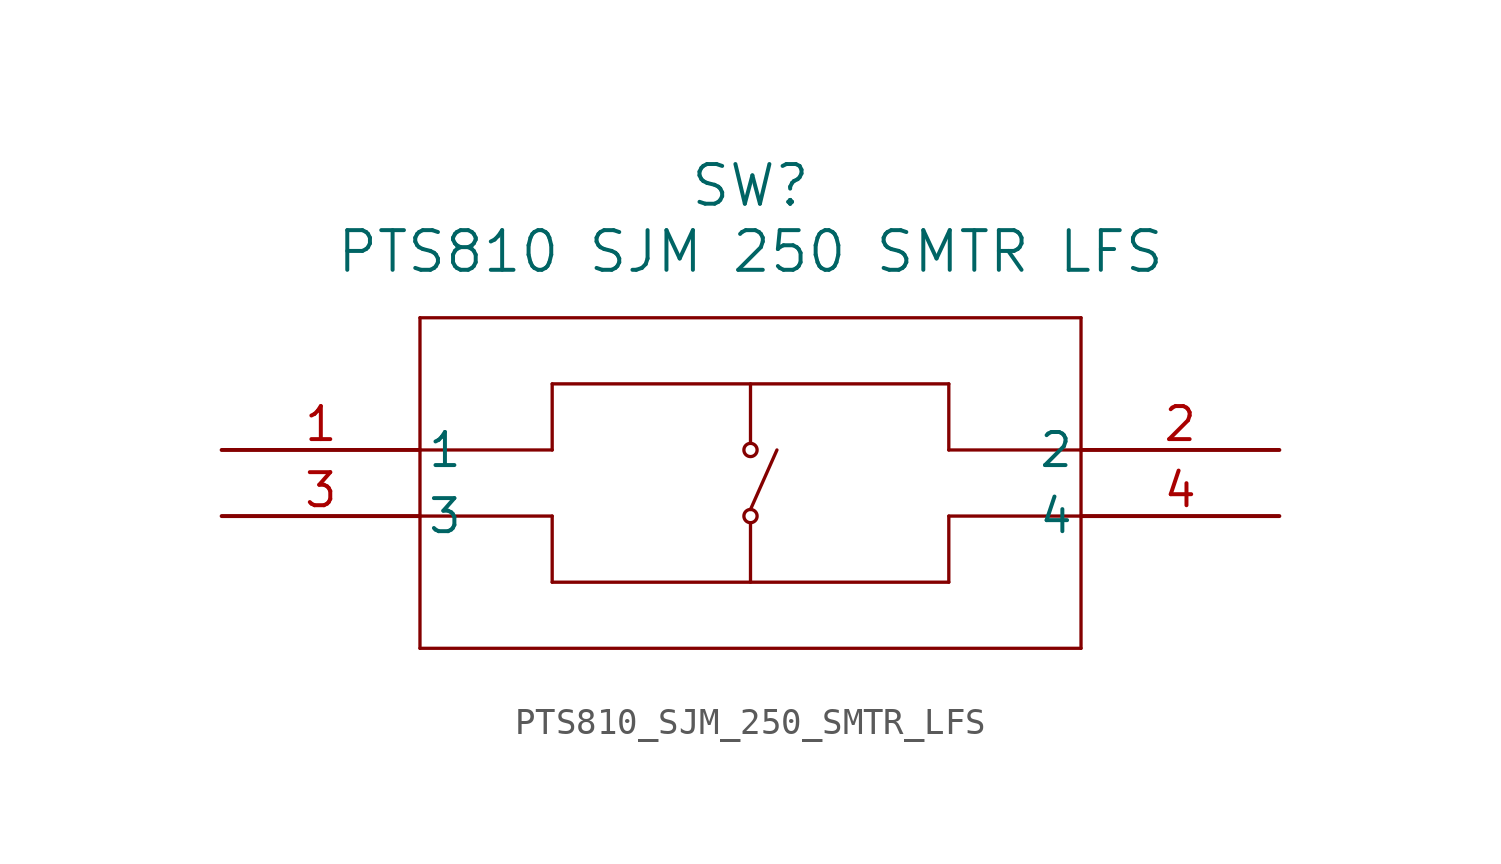
<source format=kicad_sym>
(kicad_symbol_lib
  (version 20211014)
  (generator kicad_symbol_editor)
  (symbol "PTS810_SJM_250_SMTR_LFS"
    (pin_names
      (offset 0.254))
    (property "Reference" "SW"
      (at 20.32 10.16 0)
      (effects (font (size 1.524 1.524))))
    (property "Value" "PTS810 SJM 250 SMTR LFS"
      (at 20.32 7.62 0)
      (effects (font (size 1.524 1.524))))
    (symbol "PTS810_SJM_250_SMTR_LFS_0_1"
      (polyline (pts (xy 7.62 5.08) (xy 7.62 -7.62)) (stroke (width 0.127) (type default) (color 0 0 0 0)) (fill (type none)))
      (polyline (pts (xy 7.62 -7.62) (xy 33.02 -7.62)) (stroke (width 0.127) (type default) (color 0 0 0 0)) (fill (type none)))
      (polyline (pts (xy 33.02 -7.62) (xy 33.02 5.08)) (stroke (width 0.127) (type default) (color 0 0 0 0)) (fill (type none)))
      (polyline (pts (xy 33.02 5.08) (xy 7.62 5.08)) (stroke (width 0.127) (type default) (color 0 0 0 0)) (fill (type none)))
      (polyline (pts (xy 7.62 0) (xy 12.7 0)) (stroke (width 0.127) (type default) (color 0 0 0 0)) (fill (type none)))
      (polyline (pts (xy 12.7 0) (xy 12.7 2.54)) (stroke (width 0.127) (type default) (color 0 0 0 0)) (fill (type none)))
      (polyline (pts (xy 12.7 2.54) (xy 27.94 2.54)) (stroke (width 0.127) (type default) (color 0 0 0 0)) (fill (type none)))
      (polyline (pts (xy 27.94 2.54) (xy 27.94 0)) (stroke (width 0.127) (type default) (color 0 0 0 0)) (fill (type none)))
      (polyline (pts (xy 27.94 0) (xy 33.02 0)) (stroke (width 0.127) (type default) (color 0 0 0 0)) (fill (type none)))
      (polyline (pts (xy 33.02 -2.54) (xy 27.94 -2.54)) (stroke (width 0.127) (type default) (color 0 0 0 0)) (fill (type none)))
      (polyline (pts (xy 27.94 -2.54) (xy 27.94 -5.08)) (stroke (width 0.127) (type default) (color 0 0 0 0)) (fill (type none)))
      (polyline (pts (xy 27.94 -5.08) (xy 12.7 -5.08)) (stroke (width 0.127) (type default) (color 0 0 0 0)) (fill (type none)))
      (polyline (pts (xy 12.7 -5.08) (xy 12.7 -2.54)) (stroke (width 0.127) (type default) (color 0 0 0 0)) (fill (type none)))
      (polyline (pts (xy 12.7 -2.54) (xy 7.62 -2.54)) (stroke (width 0.127) (type default) (color 0 0 0 0)) (fill (type none)))
      (polyline (pts (xy 20.32 2.54) (xy 20.32 0.254)) (stroke (width 0.127) (type default) (color 0 0 0 0)) (fill (type none)))
      (polyline (pts (xy 20.32 -2.794) (xy 20.32 -5.08)) (stroke (width 0.127) (type default) (color 0 0 0 0)) (fill (type none)))
      (circle (center 20.32 0) (radius 0.254) (stroke (width 0.127) (type default) (color 0 0 0 0)) (fill (type none)))
      (circle (center 20.32 -2.54) (radius 0.254) (stroke (width 0.127) (type default) (color 0 0 0 0)) (fill (type none)))
      (polyline (pts (xy 21.336 0) (xy 20.32 -2.286)) (stroke (width 0.127) (type default) (color 0 0 0 0)) (fill (type none)))
      (pin unspecified line (at 0 0 0) (length 7.62) (name "1" (effects (font (size 1.27 1.27)))) (number "1" (effects (font (size 1.27 1.27)))))
      (pin unspecified line (at 40.64 0 180) (length 7.62) (name "2" (effects (font (size 1.27 1.27)))) (number "2" (effects (font (size 1.27 1.27)))))
      (pin unspecified line (at 0 -2.54 0) (length 7.62) (name "3" (effects (font (size 1.27 1.27)))) (number "3" (effects (font (size 1.27 1.27)))))
      (pin unspecified line (at 40.64 -2.54 180) (length 7.62) (name "4" (effects (font (size 1.27 1.27)))) (number "4" (effects (font (size 1.27 1.27))))))))
</source>
